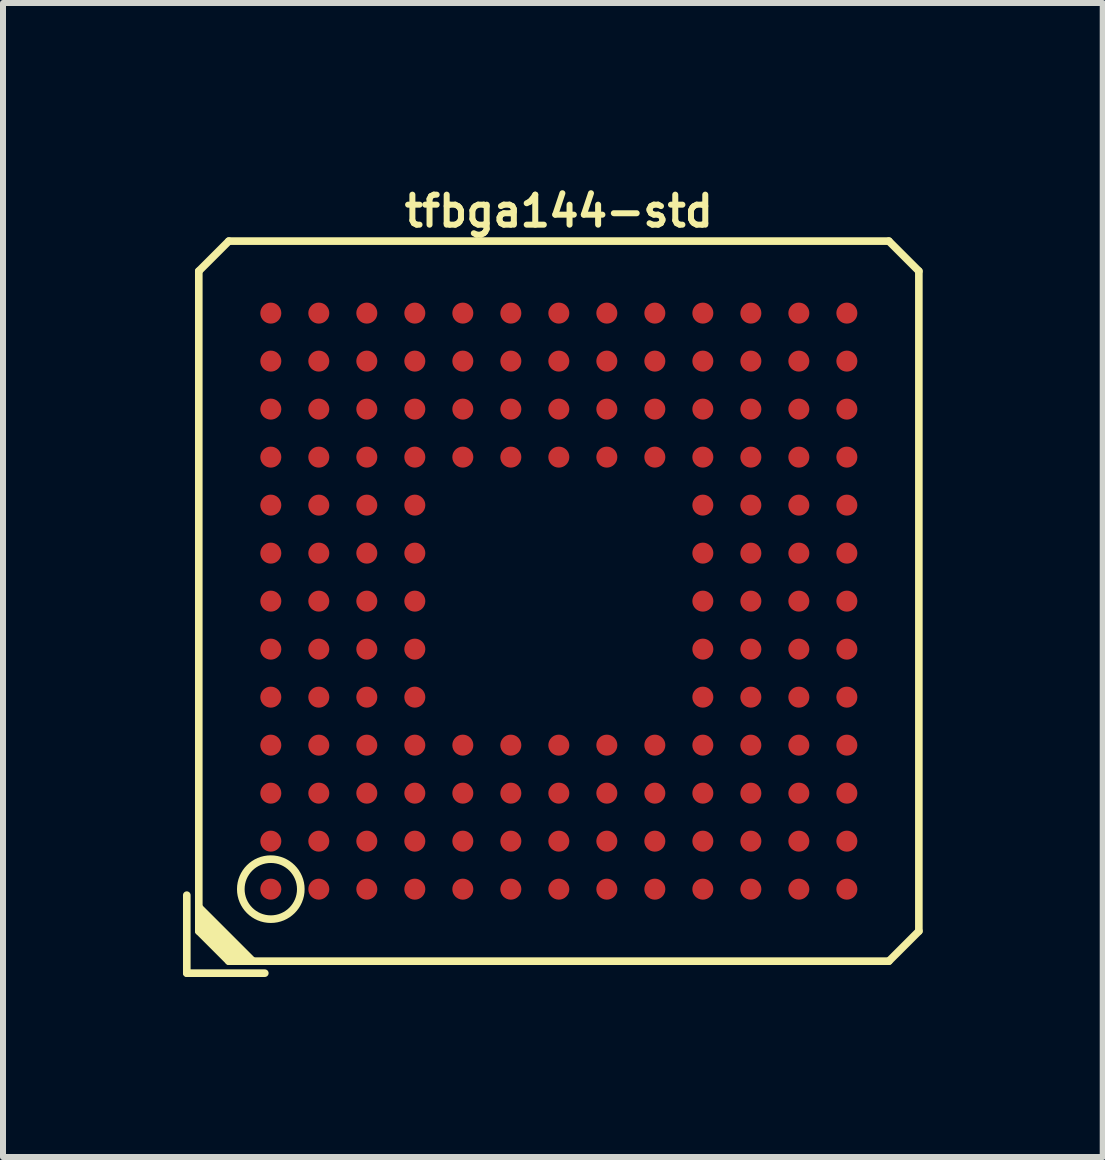
<source format=kicad_pcb>
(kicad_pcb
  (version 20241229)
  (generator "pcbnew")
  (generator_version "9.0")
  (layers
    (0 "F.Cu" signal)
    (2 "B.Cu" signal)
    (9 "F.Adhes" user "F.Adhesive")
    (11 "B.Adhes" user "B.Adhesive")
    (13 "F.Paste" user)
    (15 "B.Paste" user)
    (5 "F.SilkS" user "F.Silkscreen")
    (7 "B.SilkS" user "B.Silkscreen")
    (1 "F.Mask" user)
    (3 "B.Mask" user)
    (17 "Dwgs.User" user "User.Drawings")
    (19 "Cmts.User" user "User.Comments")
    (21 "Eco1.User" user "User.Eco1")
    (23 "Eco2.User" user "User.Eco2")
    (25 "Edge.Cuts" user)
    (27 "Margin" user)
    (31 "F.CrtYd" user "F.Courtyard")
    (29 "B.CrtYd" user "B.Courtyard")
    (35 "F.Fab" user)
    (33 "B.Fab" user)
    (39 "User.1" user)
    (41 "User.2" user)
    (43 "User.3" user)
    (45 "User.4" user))
  (footprint "tfbga144-std"
    (layer "F.Cu")
    (at 6.263 6.968)
    (property "Reference" "tfbga144-std" (at 0 -6.5 0) (layer "F.SilkS") (effects (font (size 0.5 0.5) (thickness 0.1))))
    (attr through_hole)
    (fp_line (start -6.2 4.9) (end -6.2 6.2) (stroke (width 0.127) (type solid)) (layer "F.SilkS"))
    (fp_line (start -6.2 6.2) (end -4.9 6.2) (stroke (width 0.127) (type solid)) (layer "F.SilkS"))
    (fp_line (start -6 -5.5) (end -5.5 -6) (stroke (width 0.127) (type solid)) (layer "F.SilkS"))
    (fp_line (start -6 5.2) (end -5.2 6) (stroke (width 0.127) (type solid)) (layer "F.SilkS"))
    (fp_line (start -6 5.4) (end -5.4 6) (stroke (width 0.127) (type solid)) (layer "F.SilkS"))
    (fp_line (start -6 5.5) (end -6 -5.5) (stroke (width 0.127) (type solid)) (layer "F.SilkS"))
    (fp_line (start -5.5 -6) (end 5.5 -6) (stroke (width 0.127) (type solid)) (layer "F.SilkS"))
    (fp_line (start -5.5 6) (end -6 5.5) (stroke (width 0.127) (type solid)) (layer "F.SilkS"))
    (fp_line (start -5.3 6) (end -6 5.3) (stroke (width 0.127) (type solid)) (layer "F.SilkS"))
    (fp_line (start -5.1 6) (end -6 5.1) (stroke (width 0.127) (type solid)) (layer "F.SilkS"))
    (fp_line (start 5.5 -6) (end 6 -5.5) (stroke (width 0.127) (type solid)) (layer "F.SilkS"))
    (fp_line (start 5.5 6) (end -5.5 6) (stroke (width 0.127) (type solid)) (layer "F.SilkS"))
    (fp_line (start 6 -5.5) (end 6 5.5) (stroke (width 0.127) (type solid)) (layer "F.SilkS"))
    (fp_line (start 6 5.5) (end 5.5 6) (stroke (width 0.127) (type solid)) (layer "F.SilkS"))
    (fp_circle (center -4.8 4.8) (end -5.2 5.1) (stroke (width 0.127) (type solid)) (fill no) (layer "F.SilkS"))
    (pad "A1" smd circle (at -4.8 4.8) (size 0.35 0.35) (layers "F.Cu" "F.Mask" "F.Paste"))
    (pad "A2" smd circle (at -4.8 4) (size 0.35 0.35) (layers "F.Cu" "F.Mask" "F.Paste"))
    (pad "A3" smd circle (at -4.8 3.2) (size 0.35 0.35) (layers "F.Cu" "F.Mask" "F.Paste"))
    (pad "A4" smd circle (at -4.8 2.4) (size 0.35 0.35) (layers "F.Cu" "F.Mask" "F.Paste"))
    (pad "A5" smd circle (at -4.8 1.6) (size 0.35 0.35) (layers "F.Cu" "F.Mask" "F.Paste"))
    (pad "A6" smd circle (at -4.8 0.8) (size 0.35 0.35) (layers "F.Cu" "F.Mask" "F.Paste"))
    (pad "A7" smd circle (at -4.8 0) (size 0.35 0.35) (layers "F.Cu" "F.Mask" "F.Paste"))
    (pad "A8" smd circle (at -4.8 -0.8) (size 0.35 0.35) (layers "F.Cu" "F.Mask" "F.Paste"))
    (pad "A9" smd circle (at -4.8 -1.6) (size 0.35 0.35) (layers "F.Cu" "F.Mask" "F.Paste"))
    (pad "A10" smd circle (at -4.8 -2.4) (size 0.35 0.35) (layers "F.Cu" "F.Mask" "F.Paste"))
    (pad "A11" smd circle (at -4.8 -3.2) (size 0.35 0.35) (layers "F.Cu" "F.Mask" "F.Paste"))
    (pad "A12" smd circle (at -4.8 -4) (size 0.35 0.35) (layers "F.Cu" "F.Mask" "F.Paste"))
    (pad "A13" smd circle (at -4.8 -4.8) (size 0.35 0.35) (layers "F.Cu" "F.Mask" "F.Paste"))
    (pad "B1" smd circle (at -4 4.8) (size 0.35 0.35) (layers "F.Cu" "F.Mask" "F.Paste"))
    (pad "B2" smd circle (at -4 4) (size 0.35 0.35) (layers "F.Cu" "F.Mask" "F.Paste"))
    (pad "B3" smd circle (at -4 3.2) (size 0.35 0.35) (layers "F.Cu" "F.Mask" "F.Paste"))
    (pad "B4" smd circle (at -4 2.4) (size 0.35 0.35) (layers "F.Cu" "F.Mask" "F.Paste"))
    (pad "B5" smd circle (at -4 1.6) (size 0.35 0.35) (layers "F.Cu" "F.Mask" "F.Paste"))
    (pad "B6" smd circle (at -4 0.8) (size 0.35 0.35) (layers "F.Cu" "F.Mask" "F.Paste"))
    (pad "B7" smd circle (at -4 0) (size 0.35 0.35) (layers "F.Cu" "F.Mask" "F.Paste"))
    (pad "B8" smd circle (at -4 -0.8) (size 0.35 0.35) (layers "F.Cu" "F.Mask" "F.Paste"))
    (pad "B9" smd circle (at -4 -1.6) (size 0.35 0.35) (layers "F.Cu" "F.Mask" "F.Paste"))
    (pad "B10" smd circle (at -4 -2.4) (size 0.35 0.35) (layers "F.Cu" "F.Mask" "F.Paste"))
    (pad "B11" smd circle (at -4 -3.2) (size 0.35 0.35) (layers "F.Cu" "F.Mask" "F.Paste"))
    (pad "B12" smd circle (at -4 -4) (size 0.35 0.35) (layers "F.Cu" "F.Mask" "F.Paste"))
    (pad "B13" smd circle (at -4 -4.8) (size 0.35 0.35) (layers "F.Cu" "F.Mask" "F.Paste"))
    (pad "C1" smd circle (at -3.2 4.8) (size 0.35 0.35) (layers "F.Cu" "F.Mask" "F.Paste"))
    (pad "C2" smd circle (at -3.2 4) (size 0.35 0.35) (layers "F.Cu" "F.Mask" "F.Paste"))
    (pad "C3" smd circle (at -3.2 3.2) (size 0.35 0.35) (layers "F.Cu" "F.Mask" "F.Paste"))
    (pad "C4" smd circle (at -3.2 2.4) (size 0.35 0.35) (layers "F.Cu" "F.Mask" "F.Paste"))
    (pad "C5" smd circle (at -3.2 1.6) (size 0.35 0.35) (layers "F.Cu" "F.Mask" "F.Paste"))
    (pad "C6" smd circle (at -3.2 0.8) (size 0.35 0.35) (layers "F.Cu" "F.Mask" "F.Paste"))
    (pad "C7" smd circle (at -3.2 0) (size 0.35 0.35) (layers "F.Cu" "F.Mask" "F.Paste"))
    (pad "C8" smd circle (at -3.2 -0.8) (size 0.35 0.35) (layers "F.Cu" "F.Mask" "F.Paste"))
    (pad "C9" smd circle (at -3.2 -1.6) (size 0.35 0.35) (layers "F.Cu" "F.Mask" "F.Paste"))
    (pad "C10" smd circle (at -3.2 -2.4) (size 0.35 0.35) (layers "F.Cu" "F.Mask" "F.Paste"))
    (pad "C11" smd circle (at -3.2 -3.2) (size 0.35 0.35) (layers "F.Cu" "F.Mask" "F.Paste"))
    (pad "C12" smd circle (at -3.2 -4) (size 0.35 0.35) (layers "F.Cu" "F.Mask" "F.Paste"))
    (pad "C13" smd circle (at -3.2 -4.8) (size 0.35 0.35) (layers "F.Cu" "F.Mask" "F.Paste"))
    (pad "D1" smd circle (at -2.4 4.8) (size 0.35 0.35) (layers "F.Cu" "F.Mask" "F.Paste"))
    (pad "D2" smd circle (at -2.4 4) (size 0.35 0.35) (layers "F.Cu" "F.Mask" "F.Paste"))
    (pad "D3" smd circle (at -2.4 3.2) (size 0.35 0.35) (layers "F.Cu" "F.Mask" "F.Paste"))
    (pad "D4" smd circle (at -2.4 2.4) (size 0.35 0.35) (layers "F.Cu" "F.Mask" "F.Paste"))
    (pad "D5" smd circle (at -2.4 1.6) (size 0.35 0.35) (layers "F.Cu" "F.Mask" "F.Paste"))
    (pad "D6" smd circle (at -2.4 0.8) (size 0.35 0.35) (layers "F.Cu" "F.Mask" "F.Paste"))
    (pad "D7" smd circle (at -2.4 0) (size 0.35 0.35) (layers "F.Cu" "F.Mask" "F.Paste"))
    (pad "D8" smd circle (at -2.4 -0.8) (size 0.35 0.35) (layers "F.Cu" "F.Mask" "F.Paste"))
    (pad "D9" smd circle (at -2.4 -1.6) (size 0.35 0.35) (layers "F.Cu" "F.Mask" "F.Paste"))
    (pad "D10" smd circle (at -2.4 -2.4) (size 0.35 0.35) (layers "F.Cu" "F.Mask" "F.Paste"))
    (pad "D11" smd circle (at -2.4 -3.2) (size 0.35 0.35) (layers "F.Cu" "F.Mask" "F.Paste"))
    (pad "D12" smd circle (at -2.4 -4) (size 0.35 0.35) (layers "F.Cu" "F.Mask" "F.Paste"))
    (pad "D13" smd circle (at -2.4 -4.8) (size 0.35 0.35) (layers "F.Cu" "F.Mask" "F.Paste"))
    (pad "E1" smd circle (at -1.6 4.8) (size 0.35 0.35) (layers "F.Cu" "F.Mask" "F.Paste"))
    (pad "E2" smd circle (at -1.6 4) (size 0.35 0.35) (layers "F.Cu" "F.Mask" "F.Paste"))
    (pad "E3" smd circle (at -1.6 3.2) (size 0.35 0.35) (layers "F.Cu" "F.Mask" "F.Paste"))
    (pad "E4" smd circle (at -1.6 2.4) (size 0.35 0.35) (layers "F.Cu" "F.Mask" "F.Paste"))
    (pad "E10" smd circle (at -1.6 -2.4) (size 0.35 0.35) (layers "F.Cu" "F.Mask" "F.Paste"))
    (pad "E11" smd circle (at -1.6 -3.2) (size 0.35 0.35) (layers "F.Cu" "F.Mask" "F.Paste"))
    (pad "E12" smd circle (at -1.6 -4) (size 0.35 0.35) (layers "F.Cu" "F.Mask" "F.Paste"))
    (pad "E13" smd circle (at -1.6 -4.8) (size 0.35 0.35) (layers "F.Cu" "F.Mask" "F.Paste"))
    (pad "F1" smd circle (at -0.8 4.8) (size 0.35 0.35) (layers "F.Cu" "F.Mask" "F.Paste"))
    (pad "F2" smd circle (at -0.8 4) (size 0.35 0.35) (layers "F.Cu" "F.Mask" "F.Paste"))
    (pad "F3" smd circle (at -0.8 3.2) (size 0.35 0.35) (layers "F.Cu" "F.Mask" "F.Paste"))
    (pad "F4" smd circle (at -0.8 2.4) (size 0.35 0.35) (layers "F.Cu" "F.Mask" "F.Paste"))
    (pad "F10" smd circle (at -0.8 -2.4) (size 0.35 0.35) (layers "F.Cu" "F.Mask" "F.Paste"))
    (pad "F11" smd circle (at -0.8 -3.2) (size 0.35 0.35) (layers "F.Cu" "F.Mask" "F.Paste"))
    (pad "F12" smd circle (at -0.8 -4) (size 0.35 0.35) (layers "F.Cu" "F.Mask" "F.Paste"))
    (pad "F13" smd circle (at -0.8 -4.8) (size 0.35 0.35) (layers "F.Cu" "F.Mask" "F.Paste"))
    (pad "G1" smd circle (at 0 4.8) (size 0.35 0.35) (layers "F.Cu" "F.Mask" "F.Paste"))
    (pad "G2" smd circle (at 0 4) (size 0.35 0.35) (layers "F.Cu" "F.Mask" "F.Paste"))
    (pad "G3" smd circle (at 0 3.2) (size 0.35 0.35) (layers "F.Cu" "F.Mask" "F.Paste"))
    (pad "G4" smd circle (at 0 2.4) (size 0.35 0.35) (layers "F.Cu" "F.Mask" "F.Paste"))
    (pad "G10" smd circle (at 0 -2.4) (size 0.35 0.35) (layers "F.Cu" "F.Mask" "F.Paste"))
    (pad "G11" smd circle (at 0 -3.2) (size 0.35 0.35) (layers "F.Cu" "F.Mask" "F.Paste"))
    (pad "G12" smd circle (at 0 -4) (size 0.35 0.35) (layers "F.Cu" "F.Mask" "F.Paste"))
    (pad "G13" smd circle (at 0 -4.8) (size 0.35 0.35) (layers "F.Cu" "F.Mask" "F.Paste"))
    (pad "H1" smd circle (at 0.8 4.8) (size 0.35 0.35) (layers "F.Cu" "F.Mask" "F.Paste"))
    (pad "H2" smd circle (at 0.8 4) (size 0.35 0.35) (layers "F.Cu" "F.Mask" "F.Paste"))
    (pad "H3" smd circle (at 0.8 3.2) (size 0.35 0.35) (layers "F.Cu" "F.Mask" "F.Paste"))
    (pad "H4" smd circle (at 0.8 2.4) (size 0.35 0.35) (layers "F.Cu" "F.Mask" "F.Paste"))
    (pad "H10" smd circle (at 0.8 -2.4) (size 0.35 0.35) (layers "F.Cu" "F.Mask" "F.Paste"))
    (pad "H11" smd circle (at 0.8 -3.2) (size 0.35 0.35) (layers "F.Cu" "F.Mask" "F.Paste"))
    (pad "H12" smd circle (at 0.8 -4) (size 0.35 0.35) (layers "F.Cu" "F.Mask" "F.Paste"))
    (pad "H13" smd circle (at 0.8 -4.8) (size 0.35 0.35) (layers "F.Cu" "F.Mask" "F.Paste"))
    (pad "J1" smd circle (at 1.6 4.8) (size 0.35 0.35) (layers "F.Cu" "F.Mask" "F.Paste"))
    (pad "J2" smd circle (at 1.6 4) (size 0.35 0.35) (layers "F.Cu" "F.Mask" "F.Paste"))
    (pad "J3" smd circle (at 1.6 3.2) (size 0.35 0.35) (layers "F.Cu" "F.Mask" "F.Paste"))
    (pad "J4" smd circle (at 1.6 2.4) (size 0.35 0.35) (layers "F.Cu" "F.Mask" "F.Paste"))
    (pad "J10" smd circle (at 1.6 -2.4) (size 0.35 0.35) (layers "F.Cu" "F.Mask" "F.Paste"))
    (pad "J11" smd circle (at 1.6 -3.2) (size 0.35 0.35) (layers "F.Cu" "F.Mask" "F.Paste"))
    (pad "J12" smd circle (at 1.6 -4) (size 0.35 0.35) (layers "F.Cu" "F.Mask" "F.Paste"))
    (pad "J13" smd circle (at 1.6 -4.8) (size 0.35 0.35) (layers "F.Cu" "F.Mask" "F.Paste"))
    (pad "K1" smd circle (at 2.4 4.8) (size 0.35 0.35) (layers "F.Cu" "F.Mask" "F.Paste"))
    (pad "K2" smd circle (at 2.4 4) (size 0.35 0.35) (layers "F.Cu" "F.Mask" "F.Paste"))
    (pad "K3" smd circle (at 2.4 3.2) (size 0.35 0.35) (layers "F.Cu" "F.Mask" "F.Paste"))
    (pad "K4" smd circle (at 2.4 2.4) (size 0.35 0.35) (layers "F.Cu" "F.Mask" "F.Paste"))
    (pad "K5" smd circle (at 2.4 1.6) (size 0.35 0.35) (layers "F.Cu" "F.Mask" "F.Paste"))
    (pad "K6" smd circle (at 2.4 0.8) (size 0.35 0.35) (layers "F.Cu" "F.Mask" "F.Paste"))
    (pad "K7" smd circle (at 2.4 0) (size 0.35 0.35) (layers "F.Cu" "F.Mask" "F.Paste"))
    (pad "K8" smd circle (at 2.4 -0.8) (size 0.35 0.35) (layers "F.Cu" "F.Mask" "F.Paste"))
    (pad "K9" smd circle (at 2.4 -1.6) (size 0.35 0.35) (layers "F.Cu" "F.Mask" "F.Paste"))
    (pad "K10" smd circle (at 2.4 -2.4) (size 0.35 0.35) (layers "F.Cu" "F.Mask" "F.Paste"))
    (pad "K11" smd circle (at 2.4 -3.2) (size 0.35 0.35) (layers "F.Cu" "F.Mask" "F.Paste"))
    (pad "K12" smd circle (at 2.4 -4) (size 0.35 0.35) (layers "F.Cu" "F.Mask" "F.Paste"))
    (pad "K13" smd circle (at 2.4 -4.8) (size 0.35 0.35) (layers "F.Cu" "F.Mask" "F.Paste"))
    (pad "L1" smd circle (at 3.2 4.8) (size 0.35 0.35) (layers "F.Cu" "F.Mask" "F.Paste"))
    (pad "L2" smd circle (at 3.2 4) (size 0.35 0.35) (layers "F.Cu" "F.Mask" "F.Paste"))
    (pad "L3" smd circle (at 3.2 3.2) (size 0.35 0.35) (layers "F.Cu" "F.Mask" "F.Paste"))
    (pad "L4" smd circle (at 3.2 2.4) (size 0.35 0.35) (layers "F.Cu" "F.Mask" "F.Paste"))
    (pad "L5" smd circle (at 3.2 1.6) (size 0.35 0.35) (layers "F.Cu" "F.Mask" "F.Paste"))
    (pad "L6" smd circle (at 3.2 0.8) (size 0.35 0.35) (layers "F.Cu" "F.Mask" "F.Paste"))
    (pad "L7" smd circle (at 3.2 0) (size 0.35 0.35) (layers "F.Cu" "F.Mask" "F.Paste"))
    (pad "L8" smd circle (at 3.2 -0.8) (size 0.35 0.35) (layers "F.Cu" "F.Mask" "F.Paste"))
    (pad "L9" smd circle (at 3.2 -1.6) (size 0.35 0.35) (layers "F.Cu" "F.Mask" "F.Paste"))
    (pad "L10" smd circle (at 3.2 -2.4) (size 0.35 0.35) (layers "F.Cu" "F.Mask" "F.Paste"))
    (pad "L11" smd circle (at 3.2 -3.2) (size 0.35 0.35) (layers "F.Cu" "F.Mask" "F.Paste"))
    (pad "L12" smd circle (at 3.2 -4) (size 0.35 0.35) (layers "F.Cu" "F.Mask" "F.Paste"))
    (pad "L13" smd circle (at 3.2 -4.8) (size 0.35 0.35) (layers "F.Cu" "F.Mask" "F.Paste"))
    (pad "M1" smd circle (at 4 4.8) (size 0.35 0.35) (layers "F.Cu" "F.Mask" "F.Paste"))
    (pad "M2" smd circle (at 4 4) (size 0.35 0.35) (layers "F.Cu" "F.Mask" "F.Paste"))
    (pad "M3" smd circle (at 4 3.2) (size 0.35 0.35) (layers "F.Cu" "F.Mask" "F.Paste"))
    (pad "M4" smd circle (at 4 2.4) (size 0.35 0.35) (layers "F.Cu" "F.Mask" "F.Paste"))
    (pad "M5" smd circle (at 4 1.6) (size 0.35 0.35) (layers "F.Cu" "F.Mask" "F.Paste"))
    (pad "M6" smd circle (at 4 0.8) (size 0.35 0.35) (layers "F.Cu" "F.Mask" "F.Paste"))
    (pad "M7" smd circle (at 4 0) (size 0.35 0.35) (layers "F.Cu" "F.Mask" "F.Paste"))
    (pad "M8" smd circle (at 4 -0.8) (size 0.35 0.35) (layers "F.Cu" "F.Mask" "F.Paste"))
    (pad "M9" smd circle (at 4 -1.6) (size 0.35 0.35) (layers "F.Cu" "F.Mask" "F.Paste"))
    (pad "M10" smd circle (at 4 -2.4) (size 0.35 0.35) (layers "F.Cu" "F.Mask" "F.Paste"))
    (pad "M11" smd circle (at 4 -3.2) (size 0.35 0.35) (layers "F.Cu" "F.Mask" "F.Paste"))
    (pad "M12" smd circle (at 4 -4) (size 0.35 0.35) (layers "F.Cu" "F.Mask" "F.Paste"))
    (pad "M13" smd circle (at 4 -4.8) (size 0.35 0.35) (layers "F.Cu" "F.Mask" "F.Paste"))
    (pad "N1" smd circle (at 4.8 4.8) (size 0.35 0.35) (layers "F.Cu" "F.Mask" "F.Paste"))
    (pad "N2" smd circle (at 4.8 4) (size 0.35 0.35) (layers "F.Cu" "F.Mask" "F.Paste"))
    (pad "N3" smd circle (at 4.8 3.2) (size 0.35 0.35) (layers "F.Cu" "F.Mask" "F.Paste"))
    (pad "N4" smd circle (at 4.8 2.4) (size 0.35 0.35) (layers "F.Cu" "F.Mask" "F.Paste"))
    (pad "N5" smd circle (at 4.8 1.6) (size 0.35 0.35) (layers "F.Cu" "F.Mask" "F.Paste"))
    (pad "N6" smd circle (at 4.8 0.8) (size 0.35 0.35) (layers "F.Cu" "F.Mask" "F.Paste"))
    (pad "N7" smd circle (at 4.8 0) (size 0.35 0.35) (layers "F.Cu" "F.Mask" "F.Paste"))
    (pad "N8" smd circle (at 4.8 -0.8) (size 0.35 0.35) (layers "F.Cu" "F.Mask" "F.Paste"))
    (pad "N9" smd circle (at 4.8 -1.6) (size 0.35 0.35) (layers "F.Cu" "F.Mask" "F.Paste"))
    (pad "N10" smd circle (at 4.8 -2.4) (size 0.35 0.35) (layers "F.Cu" "F.Mask" "F.Paste"))
    (pad "N11" smd circle (at 4.8 -3.2) (size 0.35 0.35) (layers "F.Cu" "F.Mask" "F.Paste"))
    (pad "N12" smd circle (at 4.8 -4) (size 0.35 0.35) (layers "F.Cu" "F.Mask" "F.Paste"))
    (pad "N13" smd circle (at 4.8 -4.8) (size 0.35 0.35) (layers "F.Cu" "F.Mask" "F.Paste")))
  (gr_rect
    (start -3 -3)
    (end 15.327 16.232)
    (stroke (width 0.1) (type default))
    (fill no)
    (layer "Edge.Cuts")))
</source>
